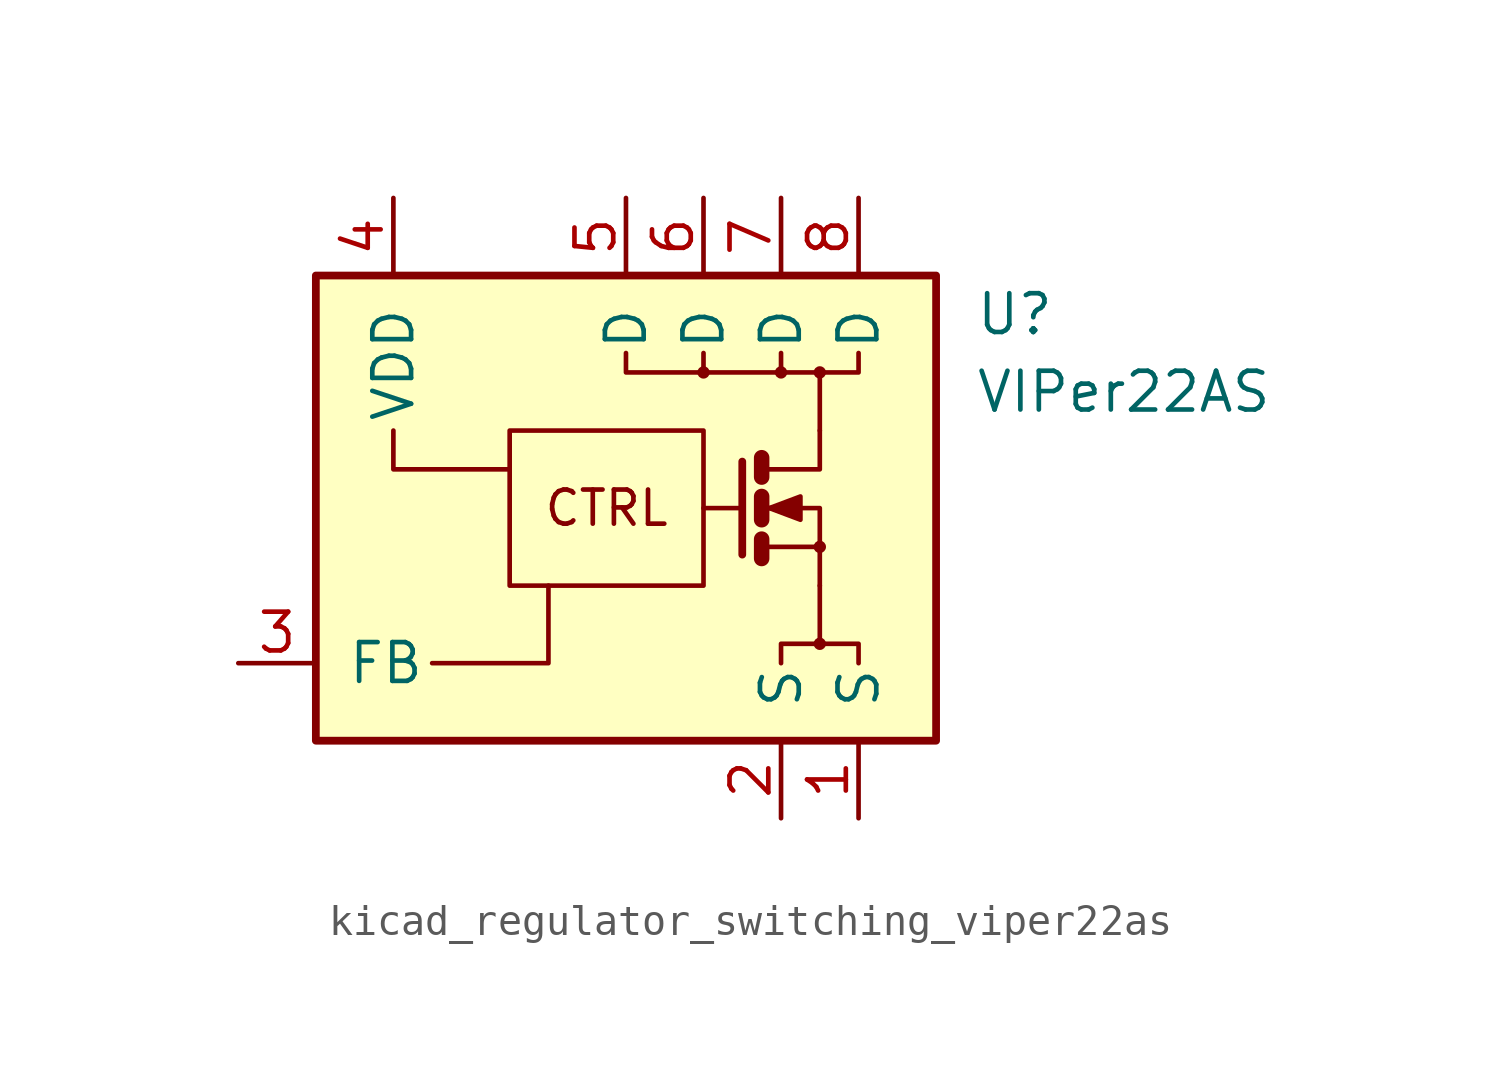
<source format=kicad_sym>
(kicad_symbol_lib
  (version 20220914)
  (generator kicad_symbol_editor)
  (symbol "kicad_regulator_switching_viper22as"
    (pin_names
      (offset 1.016))
    (property "Reference" "U"
      (at 11.43 6.35 0)
      (effects (font (size 1.27 1.27)) (justify left)))
    (property "Value" "VIPer22AS"
      (at 11.43 3.81 0)
      (effects (font (size 1.27 1.27)) (justify left)))
    (symbol "kicad_regulator_switching_viper22as_0_0"
      (rectangle (start -10.16 7.62) (end 10.16 -7.62) (stroke (width 0.254) (type default)) (fill (type background)))
      (polyline (pts (xy 2.54 5.08) (xy 2.54 4.445)) (stroke (width 0) (type default)) (fill (type none)))
      (polyline (pts (xy 5.08 5.08) (xy 5.08 4.445)) (stroke (width 0) (type default)) (fill (type none)))
      (polyline (pts (xy 6.35 -2.54) (xy 6.35 -4.445)) (stroke (width 0) (type default)) (fill (type none)))
      (polyline (pts (xy 6.35 2.54) (xy 6.35 4.445)) (stroke (width 0) (type default)) (fill (type none)))
      (polyline (pts (xy 0 5.08) (xy 0 4.445) (xy 7.62 4.445) (xy 7.62 5.08)) (stroke (width 0) (type default)) (fill (type none)))
      (polyline (pts (xy 5.08 -5.08) (xy 5.08 -4.445) (xy 7.62 -4.445) (xy 7.62 -5.08)) (stroke (width 0) (type default)) (fill (type none)))
      (circle (center 2.54 4.445) (radius 0.127) (stroke (width 0) (type default)) (fill (type none)))
      (circle (center 5.08 4.445) (radius 0.127) (stroke (width 0) (type default)) (fill (type none)))
      (circle (center 6.35 -4.445) (radius 0.127) (stroke (width 0) (type default)) (fill (type none)))
      (circle (center 6.35 -1.27) (radius 0.127) (stroke (width 0) (type default)) (fill (type none)))
      (circle (center 6.35 4.445) (radius 0.127) (stroke (width 0) (type default)) (fill (type none)))
      (text "CTRL" (at -0.635 0 0) (effects (font (size 1.118 1.118)))))
    (symbol "kicad_regulator_switching_viper22as_0_1"
      (rectangle (start -3.81 2.54) (end 2.54 -2.54) (stroke (width 0) (type default)) (fill (type none)))
      (polyline (pts (xy 3.81 0) (xy 2.54 0)) (stroke (width 0) (type default)) (fill (type none)))
      (polyline (pts (xy 4.445 -1.016) (xy 4.445 -1.651)) (stroke (width 0.508) (type default)) (fill (type none)))
      (polyline (pts (xy 4.445 0.381) (xy 4.445 -0.381)) (stroke (width 0.508) (type default)) (fill (type none)))
      (polyline (pts (xy 4.445 1.651) (xy 4.445 1.016)) (stroke (width 0.508) (type default)) (fill (type none)))
      (polyline (pts (xy -7.62 2.54) (xy -7.62 1.27) (xy -3.81 1.27)) (stroke (width 0) (type default)) (fill (type none)))
      (polyline (pts (xy -6.35 -5.08) (xy -2.54 -5.08) (xy -2.54 -2.54)) (stroke (width 0) (type default)) (fill (type none)))
      (polyline (pts (xy 3.81 1.524) (xy 3.81 -1.524) (xy 3.81 -1.524)) (stroke (width 0.254) (type default)) (fill (type none)))
      (polyline (pts (xy 4.572 -1.27) (xy 6.35 -1.27) (xy 6.35 -2.54) (xy 6.35 -2.54)) (stroke (width 0) (type default)) (fill (type none)))
      (polyline (pts (xy 4.572 1.27) (xy 6.35 1.27) (xy 6.35 2.54) (xy 6.35 2.54)) (stroke (width 0) (type default)) (fill (type none)))
      (polyline (pts (xy 4.572 0) (xy 5.08 0) (xy 6.35 0) (xy 6.35 -1.27) (xy 6.35 -1.27)) (stroke (width 0) (type default)) (fill (type none)))
      (polyline (pts (xy 4.699 0) (xy 5.715 0.381) (xy 5.715 -0.381) (xy 4.699 0) (xy 4.826 0) (xy 4.826 0)) (stroke (width 0) (type default)) (fill (type outline))))
    (symbol "kicad_regulator_switching_viper22as_1_1"
      (pin passive line (at 7.62 -10.16 90) (length 2.54) (name "S" (effects (font (size 1.27 1.27)))) (number "1" (effects (font (size 1.27 1.27)))))
      (pin passive line (at 5.08 -10.16 90) (length 2.54) (name "S" (effects (font (size 1.27 1.27)))) (number "2" (effects (font (size 1.27 1.27)))))
      (pin input line (at -12.7 -5.08 0) (length 2.54) (name "FB" (effects (font (size 1.27 1.27)))) (number "3" (effects (font (size 1.27 1.27)))))
      (pin power_in line (at -7.62 10.16 270) (length 2.54) (name "VDD" (effects (font (size 1.27 1.27)))) (number "4" (effects (font (size 1.27 1.27)))))
      (pin passive line (at 0 10.16 270) (length 2.54) (name "D" (effects (font (size 1.27 1.27)))) (number "5" (effects (font (size 1.27 1.27)))))
      (pin passive line (at 2.54 10.16 270) (length 2.54) (name "D" (effects (font (size 1.27 1.27)))) (number "6" (effects (font (size 1.27 1.27)))))
      (pin passive line (at 5.08 10.16 270) (length 2.54) (name "D" (effects (font (size 1.27 1.27)))) (number "7" (effects (font (size 1.27 1.27)))))
      (pin passive line (at 7.62 10.16 270) (length 2.54) (name "D" (effects (font (size 1.27 1.27)))) (number "8" (effects (font (size 1.27 1.27))))))))
</source>
